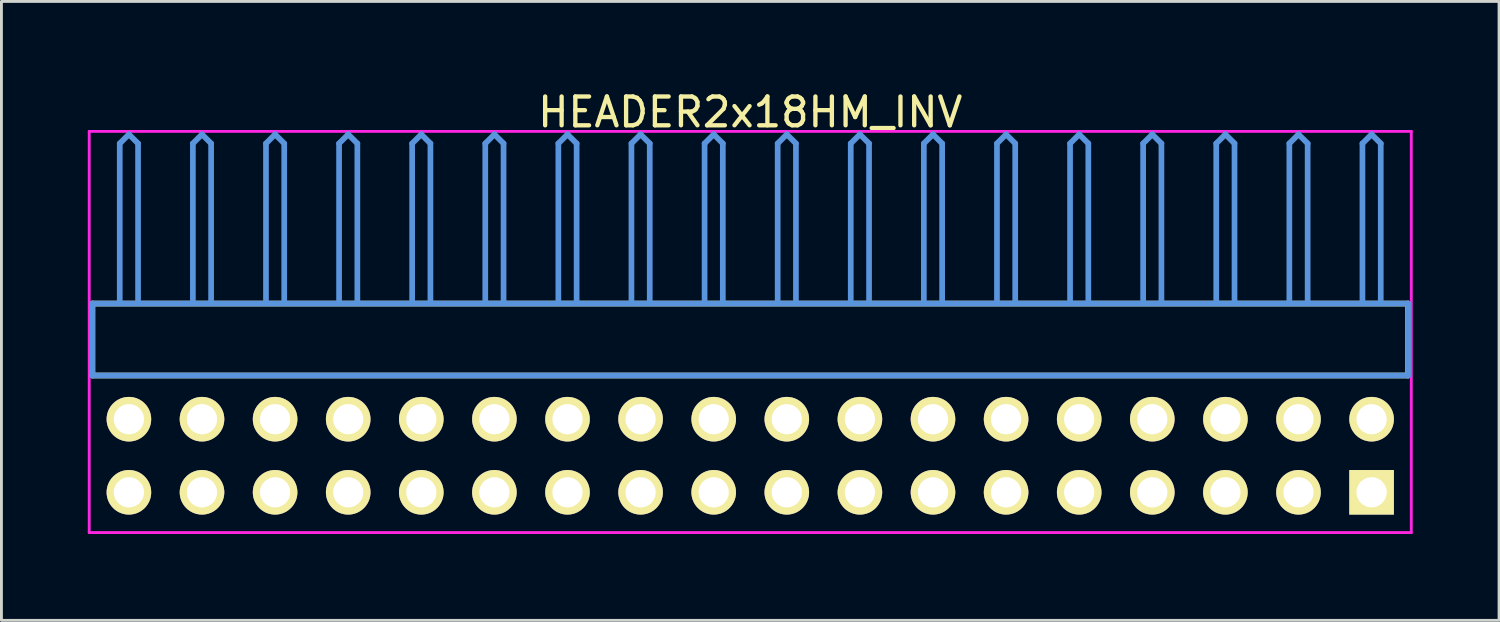
<source format=kicad_pcb>
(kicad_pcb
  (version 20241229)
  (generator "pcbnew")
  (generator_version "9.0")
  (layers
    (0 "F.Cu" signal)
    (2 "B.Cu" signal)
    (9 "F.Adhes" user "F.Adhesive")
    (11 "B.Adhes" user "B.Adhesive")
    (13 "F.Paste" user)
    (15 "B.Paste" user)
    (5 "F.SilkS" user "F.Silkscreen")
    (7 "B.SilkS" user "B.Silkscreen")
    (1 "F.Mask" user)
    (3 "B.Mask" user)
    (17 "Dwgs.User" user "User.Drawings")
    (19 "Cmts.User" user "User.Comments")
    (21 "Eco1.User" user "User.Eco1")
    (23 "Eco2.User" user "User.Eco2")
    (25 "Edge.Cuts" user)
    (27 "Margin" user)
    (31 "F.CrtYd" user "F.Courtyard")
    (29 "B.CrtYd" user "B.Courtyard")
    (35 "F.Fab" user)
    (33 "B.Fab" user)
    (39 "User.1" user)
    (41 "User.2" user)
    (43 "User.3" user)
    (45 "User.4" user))
  (footprint "HEADER2x18HM_INV"
    (layer "F.Cu")
    (at 1.429 14.056)
    (property "Reference" "HEADER2x18HM_INV" (at 21.59 -13.208 0) (layer "F.SilkS") (effects (font (size 1.001 1.001) (thickness 0.15))))
    (attr through_hole)
    (fp_line (start -1.27 -6.558) (end -1.27 -4.059) (stroke (width 0.198) (type solid)) (layer "F.SilkS"))
    (fp_line (start -1.27 -4.059) (end 44.45 -4.059) (stroke (width 0.198) (type solid)) (layer "F.SilkS"))
    (fp_line (start 44.45 -6.558) (end -1.27 -6.558) (stroke (width 0.198) (type solid)) (layer "F.SilkS"))
    (fp_line (start 44.45 -4.059) (end 44.45 -6.558) (stroke (width 0.198) (type solid)) (layer "F.SilkS"))
    (fp_line (start -1.27 -6.558) (end -1.27 -4.059) (stroke (width 0.198) (type solid)) (layer "Cmts.User"))
    (fp_line (start -1.27 -4.059) (end 44.45 -4.059) (stroke (width 0.198) (type solid)) (layer "Cmts.User"))
    (fp_line (start -0.318 -12.121) (end 0 -12.438) (stroke (width 0.198) (type solid)) (layer "Cmts.User"))
    (fp_line (start -0.318 -6.599) (end -0.318 -12.121) (stroke (width 0.198) (type solid)) (layer "Cmts.User"))
    (fp_line (start 0.318 -12.121) (end 0 -12.438) (stroke (width 0.198) (type solid)) (layer "Cmts.User"))
    (fp_line (start 0.318 -6.599) (end 0.318 -12.121) (stroke (width 0.198) (type solid)) (layer "Cmts.User"))
    (fp_line (start 2.223 -12.121) (end 2.54 -12.438) (stroke (width 0.198) (type solid)) (layer "Cmts.User"))
    (fp_line (start 2.223 -6.599) (end 2.223 -12.121) (stroke (width 0.198) (type solid)) (layer "Cmts.User"))
    (fp_line (start 2.857 -12.121) (end 2.54 -12.438) (stroke (width 0.198) (type solid)) (layer "Cmts.User"))
    (fp_line (start 2.857 -6.599) (end 2.857 -12.121) (stroke (width 0.198) (type solid)) (layer "Cmts.User"))
    (fp_line (start 4.763 -12.121) (end 5.08 -12.438) (stroke (width 0.198) (type solid)) (layer "Cmts.User"))
    (fp_line (start 4.763 -6.599) (end 4.763 -12.121) (stroke (width 0.198) (type solid)) (layer "Cmts.User"))
    (fp_line (start 5.397 -12.121) (end 5.08 -12.438) (stroke (width 0.198) (type solid)) (layer "Cmts.User"))
    (fp_line (start 5.397 -6.599) (end 5.397 -12.121) (stroke (width 0.198) (type solid)) (layer "Cmts.User"))
    (fp_line (start 7.303 -12.121) (end 7.62 -12.438) (stroke (width 0.198) (type solid)) (layer "Cmts.User"))
    (fp_line (start 7.303 -6.599) (end 7.303 -12.121) (stroke (width 0.198) (type solid)) (layer "Cmts.User"))
    (fp_line (start 7.938 -12.121) (end 7.62 -12.438) (stroke (width 0.198) (type solid)) (layer "Cmts.User"))
    (fp_line (start 7.938 -6.599) (end 7.938 -12.121) (stroke (width 0.198) (type solid)) (layer "Cmts.User"))
    (fp_line (start 9.842 -12.121) (end 10.16 -12.438) (stroke (width 0.198) (type solid)) (layer "Cmts.User"))
    (fp_line (start 9.842 -6.599) (end 9.842 -12.121) (stroke (width 0.198) (type solid)) (layer "Cmts.User"))
    (fp_line (start 10.477 -12.121) (end 10.16 -12.438) (stroke (width 0.198) (type solid)) (layer "Cmts.User"))
    (fp_line (start 10.477 -6.599) (end 10.477 -12.121) (stroke (width 0.198) (type solid)) (layer "Cmts.User"))
    (fp_line (start 12.383 -12.121) (end 12.7 -12.438) (stroke (width 0.198) (type solid)) (layer "Cmts.User"))
    (fp_line (start 12.383 -6.599) (end 12.383 -12.121) (stroke (width 0.198) (type solid)) (layer "Cmts.User"))
    (fp_line (start 13.018 -12.121) (end 12.7 -12.438) (stroke (width 0.198) (type solid)) (layer "Cmts.User"))
    (fp_line (start 13.018 -6.599) (end 13.018 -12.121) (stroke (width 0.198) (type solid)) (layer "Cmts.User"))
    (fp_line (start 14.922 -12.121) (end 15.24 -12.438) (stroke (width 0.198) (type solid)) (layer "Cmts.User"))
    (fp_line (start 14.922 -6.599) (end 14.922 -12.121) (stroke (width 0.198) (type solid)) (layer "Cmts.User"))
    (fp_line (start 15.557 -12.121) (end 15.24 -12.438) (stroke (width 0.198) (type solid)) (layer "Cmts.User"))
    (fp_line (start 15.557 -6.599) (end 15.557 -12.121) (stroke (width 0.198) (type solid)) (layer "Cmts.User"))
    (fp_line (start 17.462 -12.121) (end 17.78 -12.438) (stroke (width 0.198) (type solid)) (layer "Cmts.User"))
    (fp_line (start 17.462 -6.599) (end 17.462 -12.121) (stroke (width 0.198) (type solid)) (layer "Cmts.User"))
    (fp_line (start 18.098 -12.121) (end 17.78 -12.438) (stroke (width 0.198) (type solid)) (layer "Cmts.User"))
    (fp_line (start 18.098 -6.599) (end 18.098 -12.121) (stroke (width 0.198) (type solid)) (layer "Cmts.User"))
    (fp_line (start 20.003 -12.121) (end 20.32 -12.438) (stroke (width 0.198) (type solid)) (layer "Cmts.User"))
    (fp_line (start 20.003 -6.599) (end 20.003 -12.121) (stroke (width 0.198) (type solid)) (layer "Cmts.User"))
    (fp_line (start 20.637 -12.121) (end 20.32 -12.438) (stroke (width 0.198) (type solid)) (layer "Cmts.User"))
    (fp_line (start 20.637 -6.599) (end 20.637 -12.121) (stroke (width 0.198) (type solid)) (layer "Cmts.User"))
    (fp_line (start 22.543 -12.121) (end 22.86 -12.438) (stroke (width 0.198) (type solid)) (layer "Cmts.User"))
    (fp_line (start 22.543 -6.599) (end 22.543 -12.121) (stroke (width 0.198) (type solid)) (layer "Cmts.User"))
    (fp_line (start 23.177 -12.121) (end 22.86 -12.438) (stroke (width 0.198) (type solid)) (layer "Cmts.User"))
    (fp_line (start 23.177 -6.599) (end 23.177 -12.121) (stroke (width 0.198) (type solid)) (layer "Cmts.User"))
    (fp_line (start 25.082 -12.121) (end 25.4 -12.438) (stroke (width 0.198) (type solid)) (layer "Cmts.User"))
    (fp_line (start 25.082 -6.599) (end 25.082 -12.121) (stroke (width 0.198) (type solid)) (layer "Cmts.User"))
    (fp_line (start 25.718 -12.121) (end 25.4 -12.438) (stroke (width 0.198) (type solid)) (layer "Cmts.User"))
    (fp_line (start 25.718 -6.599) (end 25.718 -12.121) (stroke (width 0.198) (type solid)) (layer "Cmts.User"))
    (fp_line (start 27.622 -12.121) (end 27.94 -12.438) (stroke (width 0.198) (type solid)) (layer "Cmts.User"))
    (fp_line (start 27.622 -6.599) (end 27.622 -12.121) (stroke (width 0.198) (type solid)) (layer "Cmts.User"))
    (fp_line (start 28.258 -12.121) (end 27.94 -12.438) (stroke (width 0.198) (type solid)) (layer "Cmts.User"))
    (fp_line (start 28.258 -6.599) (end 28.258 -12.121) (stroke (width 0.198) (type solid)) (layer "Cmts.User"))
    (fp_line (start 30.163 -12.121) (end 30.48 -12.438) (stroke (width 0.198) (type solid)) (layer "Cmts.User"))
    (fp_line (start 30.163 -6.599) (end 30.163 -12.121) (stroke (width 0.198) (type solid)) (layer "Cmts.User"))
    (fp_line (start 30.797 -12.121) (end 30.48 -12.438) (stroke (width 0.198) (type solid)) (layer "Cmts.User"))
    (fp_line (start 30.797 -6.599) (end 30.797 -12.121) (stroke (width 0.198) (type solid)) (layer "Cmts.User"))
    (fp_line (start 32.703 -12.121) (end 33.02 -12.438) (stroke (width 0.198) (type solid)) (layer "Cmts.User"))
    (fp_line (start 32.703 -6.599) (end 32.703 -12.121) (stroke (width 0.198) (type solid)) (layer "Cmts.User"))
    (fp_line (start 33.337 -12.121) (end 33.02 -12.438) (stroke (width 0.198) (type solid)) (layer "Cmts.User"))
    (fp_line (start 33.337 -6.599) (end 33.337 -12.121) (stroke (width 0.198) (type solid)) (layer "Cmts.User"))
    (fp_line (start 35.242 -12.121) (end 35.56 -12.438) (stroke (width 0.198) (type solid)) (layer "Cmts.User"))
    (fp_line (start 35.242 -6.599) (end 35.242 -12.121) (stroke (width 0.198) (type solid)) (layer "Cmts.User"))
    (fp_line (start 35.877 -12.121) (end 35.56 -12.438) (stroke (width 0.198) (type solid)) (layer "Cmts.User"))
    (fp_line (start 35.877 -6.599) (end 35.877 -12.121) (stroke (width 0.198) (type solid)) (layer "Cmts.User"))
    (fp_line (start 37.782 -12.121) (end 38.1 -12.438) (stroke (width 0.198) (type solid)) (layer "Cmts.User"))
    (fp_line (start 37.782 -6.599) (end 37.782 -12.121) (stroke (width 0.198) (type solid)) (layer "Cmts.User"))
    (fp_line (start 38.417 -12.121) (end 38.1 -12.438) (stroke (width 0.198) (type solid)) (layer "Cmts.User"))
    (fp_line (start 38.417 -6.599) (end 38.417 -12.121) (stroke (width 0.198) (type solid)) (layer "Cmts.User"))
    (fp_line (start 40.322 -12.121) (end 40.64 -12.438) (stroke (width 0.198) (type solid)) (layer "Cmts.User"))
    (fp_line (start 40.322 -6.599) (end 40.322 -12.121) (stroke (width 0.198) (type solid)) (layer "Cmts.User"))
    (fp_line (start 40.958 -12.121) (end 40.64 -12.438) (stroke (width 0.198) (type solid)) (layer "Cmts.User"))
    (fp_line (start 40.958 -6.599) (end 40.958 -12.121) (stroke (width 0.198) (type solid)) (layer "Cmts.User"))
    (fp_line (start 42.862 -12.121) (end 43.18 -12.438) (stroke (width 0.198) (type solid)) (layer "Cmts.User"))
    (fp_line (start 42.862 -6.599) (end 42.862 -12.121) (stroke (width 0.198) (type solid)) (layer "Cmts.User"))
    (fp_line (start 43.498 -12.121) (end 43.18 -12.438) (stroke (width 0.198) (type solid)) (layer "Cmts.User"))
    (fp_line (start 43.498 -6.599) (end 43.498 -12.121) (stroke (width 0.198) (type solid)) (layer "Cmts.User"))
    (fp_line (start 44.45 -6.558) (end -1.27 -6.558) (stroke (width 0.198) (type solid)) (layer "Cmts.User"))
    (fp_line (start 44.45 -4.059) (end 44.45 -6.558) (stroke (width 0.198) (type solid)) (layer "Cmts.User"))
    (fp_line (start -1.379 -12.54) (end 44.559 -12.54) (stroke (width 0.099) (type solid)) (layer "F.CrtYd"))
    (fp_line (start -1.379 1.4) (end -1.379 -12.54) (stroke (width 0.099) (type solid)) (layer "F.CrtYd"))
    (fp_line (start 44.559 -12.54) (end 44.559 1.4) (stroke (width 0.099) (type solid)) (layer "F.CrtYd"))
    (fp_line (start 44.559 1.4) (end -1.379 1.4) (stroke (width 0.099) (type solid)) (layer "F.CrtYd"))
    (pad "1" thru_hole rect (at 43.18 0) (size 1.549 1.549) (drill 1.049) (layers "*.Cu" "*.Mask" "F.SilkS"))
    (pad "2" thru_hole circle (at 43.18 -2.54) (size 1.549 1.549) (drill 1.049) (layers "*.Cu" "*.Mask" "F.SilkS"))
    (pad "3" thru_hole circle (at 40.64 0) (size 1.549 1.549) (drill 1.049) (layers "*.Cu" "*.Mask" "F.SilkS"))
    (pad "4" thru_hole circle (at 40.64 -2.54) (size 1.549 1.549) (drill 1.049) (layers "*.Cu" "*.Mask" "F.SilkS"))
    (pad "5" thru_hole circle (at 38.1 0) (size 1.549 1.549) (drill 1.049) (layers "*.Cu" "*.Mask" "F.SilkS"))
    (pad "6" thru_hole circle (at 38.1 -2.54) (size 1.549 1.549) (drill 1.049) (layers "*.Cu" "*.Mask" "F.SilkS"))
    (pad "7" thru_hole circle (at 35.56 0) (size 1.549 1.549) (drill 1.049) (layers "*.Cu" "*.Mask" "F.SilkS"))
    (pad "8" thru_hole circle (at 35.56 -2.54) (size 1.549 1.549) (drill 1.049) (layers "*.Cu" "*.Mask" "F.SilkS"))
    (pad "9" thru_hole circle (at 33.02 0) (size 1.549 1.549) (drill 1.049) (layers "*.Cu" "*.Mask" "F.SilkS"))
    (pad "10" thru_hole circle (at 33.02 -2.54) (size 1.549 1.549) (drill 1.049) (layers "*.Cu" "*.Mask" "F.SilkS"))
    (pad "11" thru_hole circle (at 30.48 0) (size 1.549 1.549) (drill 1.049) (layers "*.Cu" "*.Mask" "F.SilkS"))
    (pad "12" thru_hole circle (at 30.48 -2.54) (size 1.549 1.549) (drill 1.049) (layers "*.Cu" "*.Mask" "F.SilkS"))
    (pad "13" thru_hole circle (at 27.94 0) (size 1.549 1.549) (drill 1.049) (layers "*.Cu" "*.Mask" "F.SilkS"))
    (pad "14" thru_hole circle (at 27.94 -2.54) (size 1.549 1.549) (drill 1.049) (layers "*.Cu" "*.Mask" "F.SilkS"))
    (pad "15" thru_hole circle (at 25.4 0) (size 1.549 1.549) (drill 1.049) (layers "*.Cu" "*.Mask" "F.SilkS"))
    (pad "16" thru_hole circle (at 25.4 -2.54) (size 1.549 1.549) (drill 1.049) (layers "*.Cu" "*.Mask" "F.SilkS"))
    (pad "17" thru_hole circle (at 22.86 0) (size 1.549 1.549) (drill 1.049) (layers "*.Cu" "*.Mask" "F.SilkS"))
    (pad "18" thru_hole circle (at 22.86 -2.54) (size 1.549 1.549) (drill 1.049) (layers "*.Cu" "*.Mask" "F.SilkS"))
    (pad "19" thru_hole circle (at 20.32 0) (size 1.549 1.549) (drill 1.049) (layers "*.Cu" "*.Mask" "F.SilkS"))
    (pad "20" thru_hole circle (at 20.32 -2.54) (size 1.549 1.549) (drill 1.049) (layers "*.Cu" "*.Mask" "F.SilkS"))
    (pad "21" thru_hole circle (at 17.78 0) (size 1.549 1.549) (drill 1.049) (layers "*.Cu" "*.Mask" "F.SilkS"))
    (pad "22" thru_hole circle (at 17.78 -2.54) (size 1.549 1.549) (drill 1.049) (layers "*.Cu" "*.Mask" "F.SilkS"))
    (pad "23" thru_hole circle (at 15.24 0) (size 1.549 1.549) (drill 1.049) (layers "*.Cu" "*.Mask" "F.SilkS"))
    (pad "24" thru_hole circle (at 15.24 -2.54) (size 1.549 1.549) (drill 1.049) (layers "*.Cu" "*.Mask" "F.SilkS"))
    (pad "25" thru_hole circle (at 12.7 0) (size 1.549 1.549) (drill 1.049) (layers "*.Cu" "*.Mask" "F.SilkS"))
    (pad "26" thru_hole circle (at 12.7 -2.54) (size 1.549 1.549) (drill 1.049) (layers "*.Cu" "*.Mask" "F.SilkS"))
    (pad "27" thru_hole circle (at 10.16 0) (size 1.549 1.549) (drill 1.049) (layers "*.Cu" "*.Mask" "F.SilkS"))
    (pad "28" thru_hole circle (at 10.16 -2.54) (size 1.549 1.549) (drill 1.049) (layers "*.Cu" "*.Mask" "F.SilkS"))
    (pad "29" thru_hole circle (at 7.62 0) (size 1.549 1.549) (drill 1.049) (layers "*.Cu" "*.Mask" "F.SilkS"))
    (pad "30" thru_hole circle (at 7.62 -2.54) (size 1.549 1.549) (drill 1.049) (layers "*.Cu" "*.Mask" "F.SilkS"))
    (pad "31" thru_hole circle (at 5.08 0) (size 1.549 1.549) (drill 1.049) (layers "*.Cu" "*.Mask" "F.SilkS"))
    (pad "32" thru_hole circle (at 5.08 -2.54) (size 1.549 1.549) (drill 1.049) (layers "*.Cu" "*.Mask" "F.SilkS"))
    (pad "33" thru_hole circle (at 2.54 0) (size 1.549 1.549) (drill 1.049) (layers "*.Cu" "*.Mask" "F.SilkS"))
    (pad "34" thru_hole circle (at 2.54 -2.54) (size 1.549 1.549) (drill 1.049) (layers "*.Cu" "*.Mask" "F.SilkS"))
    (pad "35" thru_hole circle (at 0 0) (size 1.549 1.549) (drill 1.049) (layers "*.Cu" "*.Mask" "F.SilkS"))
    (pad "36" thru_hole circle (at 0 -2.54) (size 1.549 1.549) (drill 1.049) (layers "*.Cu" "*.Mask" "F.SilkS")))
  (gr_rect
    (start -3 -3)
    (end 49.038 18.506)
    (stroke (width 0.1) (type default))
    (fill no)
    (layer "Edge.Cuts")))
</source>
